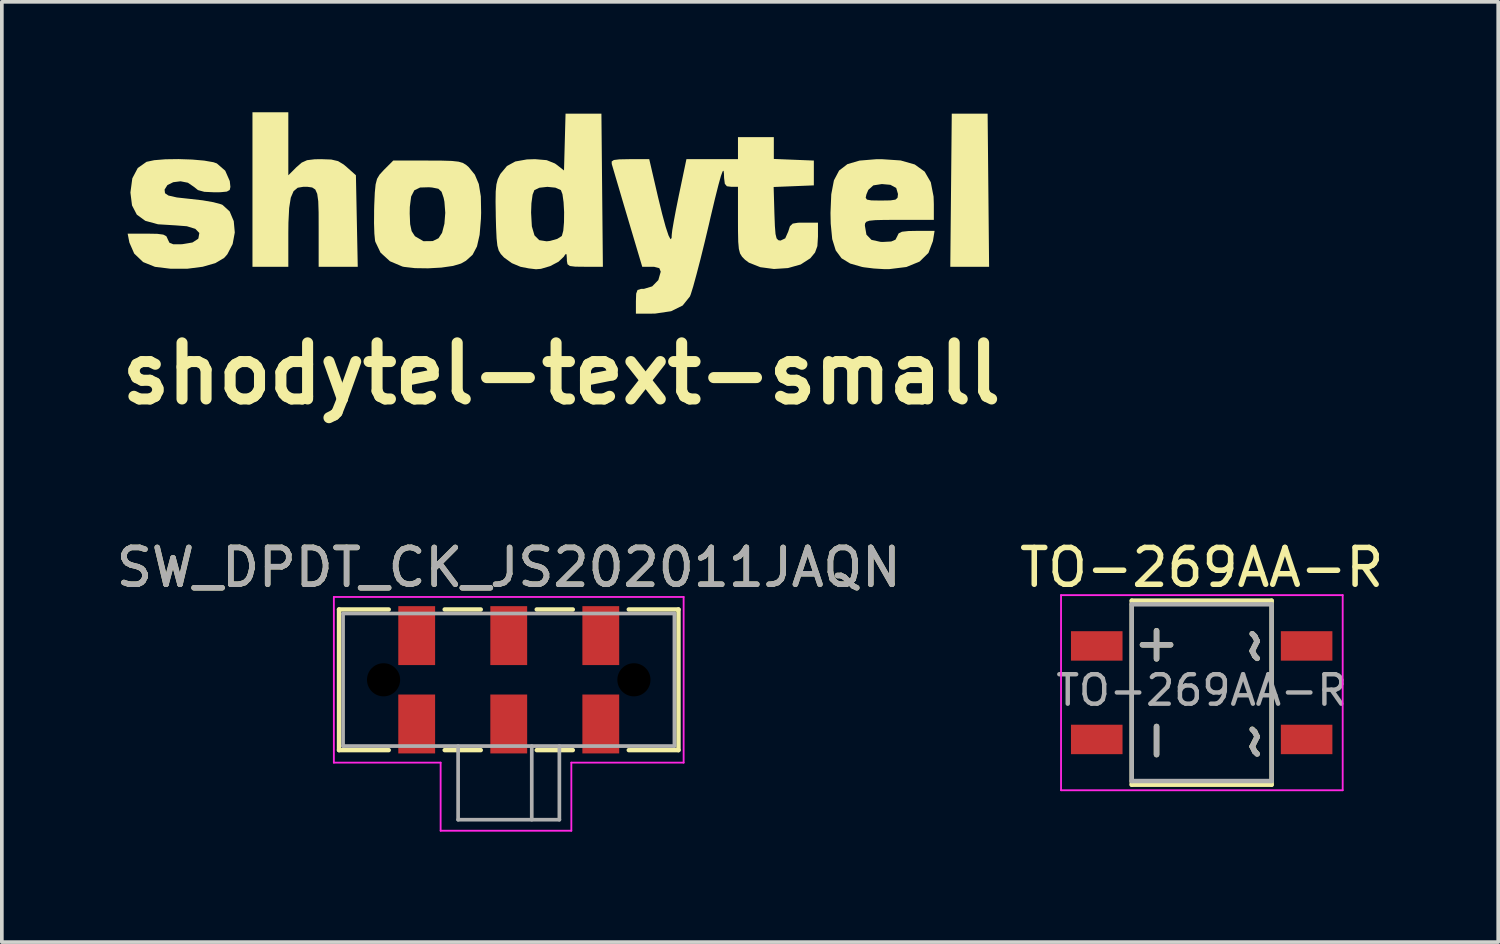
<source format=kicad_pcb>
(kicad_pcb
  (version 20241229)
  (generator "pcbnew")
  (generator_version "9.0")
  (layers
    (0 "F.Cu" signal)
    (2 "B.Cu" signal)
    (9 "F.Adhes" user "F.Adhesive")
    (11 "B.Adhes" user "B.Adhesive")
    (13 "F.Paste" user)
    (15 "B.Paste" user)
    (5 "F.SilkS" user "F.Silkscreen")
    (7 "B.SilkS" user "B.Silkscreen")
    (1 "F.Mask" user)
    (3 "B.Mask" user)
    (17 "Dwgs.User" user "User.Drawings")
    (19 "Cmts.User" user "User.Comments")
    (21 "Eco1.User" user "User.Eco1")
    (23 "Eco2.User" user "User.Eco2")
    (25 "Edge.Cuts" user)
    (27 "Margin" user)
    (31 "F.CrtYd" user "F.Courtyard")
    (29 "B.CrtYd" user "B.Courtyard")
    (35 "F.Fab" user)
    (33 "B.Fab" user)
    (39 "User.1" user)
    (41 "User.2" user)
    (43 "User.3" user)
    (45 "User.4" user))
  (footprint "shodytel-text-small"
    (layer "F.Cu")
    (at 12.199 2.697)
    (property "Reference" "shodytel-text-small" (at 0 4.4 0) (layer "F.SilkS") (effects (font (size 1.524 1.524) (thickness 0.3))))
    (attr board_only exclude_from_pos_files exclude_from_bom)
    (fp_poly (pts (xy 11.596 -0.581) (xy 11.616 1.499) (xy 10.562 1.499) (xy 10.582 -0.581) (xy 10.602 -2.66) (xy 11.576 -2.66)) (stroke (width 0) (type solid)) (fill yes) (layer "F.SilkS"))
    (fp_poly (pts (xy -7.418 -0.986) (xy -7.199 -1.205) (xy -7.055 -1.33) (xy -6.909 -1.396) (xy -6.704 -1.421) (xy -6.526 -1.424) (xy -6.252 -1.414) (xy -6.067 -1.371) (xy -5.913 -1.278) (xy -5.827 -1.205) (xy -5.582 -0.987) (xy -5.557 0.256) (xy -5.532 1.499) (xy -6.594 1.499) (xy -6.594 0.458) (xy -6.595 0.024) (xy -6.605 -0.281) (xy -6.633 -0.482) (xy -6.685 -0.599) (xy -6.77 -0.655) (xy -6.897 -0.673) (xy -7.007 -0.674) (xy -7.163 -0.648) (xy -7.275 -0.555) (xy -7.351 -0.378) (xy -7.395 -0.099) (xy -7.415 0.301) (xy -7.418 0.579) (xy -7.418 1.499) (xy -8.392 1.499) (xy -8.392 -2.697) (xy -7.418 -2.697)) (stroke (width 0) (type solid)) (fill yes) (layer "F.SilkS"))
    (fp_poly (pts (xy -3.248 -1.384) (xy -2.977 -1.376) (xy -2.795 -1.356) (xy -2.674 -1.32) (xy -2.582 -1.263) (xy -2.518 -1.207) (xy -2.352 -1.003) (xy -2.244 -0.748) (xy -2.189 -0.413) (xy -2.181 0.03) (xy -2.186 0.195) (xy -2.222 0.631) (xy -2.294 0.947) (xy -2.413 1.173) (xy -2.594 1.336) (xy -2.727 1.411) (xy -2.945 1.476) (xy -3.261 1.521) (xy -3.622 1.541) (xy -3.977 1.536) (xy -4.275 1.502) (xy -4.32 1.492) (xy -4.657 1.349) (xy -4.913 1.115) (xy -5.055 0.819) (xy -5.063 0.783) (xy -5.081 0.598) (xy -5.09 0.312) (xy -5.088 0.052) (xy -4.121 0.052) (xy -4.109 0.343) (xy -4.068 0.531) (xy -3.984 0.661) (xy -3.971 0.674) (xy -3.747 0.804) (xy -3.496 0.801) (xy -3.339 0.724) (xy -3.242 0.577) (xy -3.178 0.33) (xy -3.155 0.033) (xy -3.178 -0.267) (xy -3.2 -0.375) (xy -3.256 -0.539) (xy -3.342 -0.62) (xy -3.511 -0.654) (xy -3.598 -0.661) (xy -3.839 -0.654) (xy -3.995 -0.578) (xy -4.082 -0.409) (xy -4.118 -0.126) (xy -4.121 0.052) (xy -5.088 0.052) (xy -5.088 -0.025) (xy -5.084 -0.181) (xy -5.069 -0.516) (xy -5.047 -0.739) (xy -5.008 -0.889) (xy -4.94 -1.003) (xy -4.833 -1.12) (xy -4.813 -1.141) (xy -4.568 -1.386) (xy -3.639 -1.386)) (stroke (width 0) (type solid)) (fill yes) (layer "F.SilkS"))
    (fp_poly (pts (xy 9.214 -1.389) (xy 9.596 -1.28) (xy 9.865 -1.086) (xy 10.032 -0.798) (xy 10.108 -0.408) (xy 10.115 -0.206) (xy 10.115 0.225) (xy 9.178 0.225) (xy 8.79 0.226) (xy 8.527 0.232) (xy 8.365 0.248) (xy 8.28 0.277) (xy 8.247 0.323) (xy 8.242 0.38) (xy 8.284 0.626) (xy 8.421 0.768) (xy 8.671 0.823) (xy 8.739 0.824) (xy 8.959 0.812) (xy 9.073 0.763) (xy 9.119 0.674) (xy 9.159 0.592) (xy 9.25 0.547) (xy 9.426 0.528) (xy 9.647 0.524) (xy 10.135 0.524) (xy 10.09 0.801) (xy 9.969 1.122) (xy 9.728 1.358) (xy 9.37 1.505) (xy 8.9 1.563) (xy 8.766 1.563) (xy 8.487 1.546) (xy 8.218 1.513) (xy 8.167 1.504) (xy 7.843 1.411) (xy 7.608 1.268) (xy 7.45 1.054) (xy 7.355 0.747) (xy 7.314 0.327) (xy 7.308 0.037) (xy 7.325 -0.375) (xy 8.264 -0.375) (xy 8.299 -0.325) (xy 8.418 -0.304) (xy 8.653 -0.3) (xy 8.686 -0.3) (xy 8.937 -0.304) (xy 9.074 -0.325) (xy 9.13 -0.378) (xy 9.141 -0.476) (xy 9.141 -0.479) (xy 9.093 -0.641) (xy 8.936 -0.727) (xy 8.704 -0.748) (xy 8.472 -0.712) (xy 8.336 -0.59) (xy 8.284 -0.468) (xy 8.264 -0.375) (xy 7.325 -0.375) (xy 7.329 -0.47) (xy 7.401 -0.848) (xy 7.542 -1.115) (xy 7.768 -1.289) (xy 8.096 -1.385) (xy 8.541 -1.422) (xy 8.708 -1.423)) (stroke (width 0) (type solid)) (fill yes) (layer "F.SilkS"))
    (fp_poly (pts (xy 1.106 -0.581) (xy 1.126 1.499) (xy 0.638 1.499) (xy 0.376 1.496) (xy 0.23 1.478) (xy 0.165 1.431) (xy 0.148 1.339) (xy 0.148 1.292) (xy 0.139 1.158) (xy 0.107 1.159) (xy 0.065 1.225) (xy -0.078 1.361) (xy -0.306 1.481) (xy -0.556 1.555) (xy -0.691 1.566) (xy -0.885 1.543) (xy -1.114 1.499) (xy -1.115 1.498) (xy -1.346 1.401) (xy -1.558 1.248) (xy -1.564 1.242) (xy -1.647 1.152) (xy -1.704 1.056) (xy -1.74 0.924) (xy -1.761 0.726) (xy -1.775 0.432) (xy -1.783 0.13) (xy -1.784 0.028) (xy -0.824 0.028) (xy -0.803 0.402) (xy -0.732 0.646) (xy -0.602 0.776) (xy -0.402 0.807) (xy -0.307 0.796) (xy -0.115 0.742) (xy 0.006 0.666) (xy 0.012 0.658) (xy 0.05 0.52) (xy 0.07 0.289) (xy 0.073 0.014) (xy 0.058 -0.255) (xy 0.028 -0.472) (xy -0.015 -0.584) (xy -0.163 -0.65) (xy -0.381 -0.672) (xy -0.598 -0.648) (xy -0.734 -0.584) (xy -0.783 -0.46) (xy -0.815 -0.226) (xy -0.824 0.028) (xy -1.784 0.028) (xy -1.789 -0.267) (xy -1.785 -0.546) (xy -1.766 -0.74) (xy -1.729 -0.881) (xy -1.67 -1.002) (xy -1.651 -1.032) (xy -1.479 -1.238) (xy -1.253 -1.361) (xy -0.937 -1.417) (xy -0.717 -1.424) (xy -0.401 -1.397) (xy -0.177 -1.307) (xy -0.125 -1.27) (xy 0.07 -1.117) (xy 0.091 -1.889) (xy 0.112 -2.66) (xy 1.086 -2.66)) (stroke (width 0) (type solid)) (fill yes) (layer "F.SilkS"))
    (fp_poly (pts (xy -10.034 -1.414) (xy -9.704 -1.385) (xy -9.452 -1.341) (xy -9.359 -1.308) (xy -9.132 -1.111) (xy -9.008 -0.829) (xy -8.991 -0.669) (xy -9.01 -0.587) (xy -9.088 -0.543) (xy -9.261 -0.526) (xy -9.424 -0.524) (xy -9.7 -0.537) (xy -9.872 -0.584) (xy -9.985 -0.674) (xy -10.146 -0.784) (xy -10.345 -0.823) (xy -10.544 -0.798) (xy -10.702 -0.72) (xy -10.779 -0.597) (xy -10.767 -0.499) (xy -10.674 -0.436) (xy -10.445 -0.384) (xy -10.073 -0.343) (xy -10.071 -0.343) (xy -9.745 -0.306) (xy -9.453 -0.255) (xy -9.246 -0.199) (xy -9.205 -0.182) (xy -9.011 -0.004) (xy -8.9 0.259) (xy -8.872 0.568) (xy -8.93 0.881) (xy -9.074 1.16) (xy -9.162 1.259) (xy -9.4 1.4) (xy -9.745 1.499) (xy -10.16 1.552) (xy -10.609 1.553) (xy -11.039 1.501) (xy -11.362 1.371) (xy -11.604 1.14) (xy -11.734 0.843) (xy -11.782 0.599) (xy -11.257 0.599) (xy -10.978 0.604) (xy -10.814 0.625) (xy -10.73 0.67) (xy -10.692 0.751) (xy -10.692 0.754) (xy -10.646 0.847) (xy -10.545 0.887) (xy -10.347 0.888) (xy -10.297 0.885) (xy -10.021 0.839) (xy -9.871 0.742) (xy -9.86 0.726) (xy -9.835 0.581) (xy -9.944 0.469) (xy -10.174 0.398) (xy -10.485 0.374) (xy -10.957 0.345) (xy -11.302 0.251) (xy -11.533 0.083) (xy -11.663 -0.168) (xy -11.706 -0.511) (xy -11.706 -0.524) (xy -11.655 -0.904) (xy -11.507 -1.184) (xy -11.269 -1.352) (xy -11.268 -1.352) (xy -11.061 -1.396) (xy -10.757 -1.421) (xy -10.4 -1.426)) (stroke (width 0) (type solid)) (fill yes) (layer "F.SilkS"))
    (fp_poly (pts (xy 5.769 -1.43) (xy 6.856 -1.386) (xy 6.856 -0.712) (xy 5.764 -0.668) (xy 5.785 0.06) (xy 5.798 0.395) (xy 5.815 0.609) (xy 5.844 0.727) (xy 5.891 0.777) (xy 5.952 0.787) (xy 6.079 0.727) (xy 6.16 0.543) (xy 6.207 0.398) (xy 6.282 0.326) (xy 6.429 0.302) (xy 6.596 0.3) (xy 6.968 0.3) (xy 6.968 0.68) (xy 6.952 0.937) (xy 6.888 1.113) (xy 6.76 1.268) (xy 6.498 1.437) (xy 6.153 1.534) (xy 5.772 1.559) (xy 5.402 1.51) (xy 5.092 1.387) (xy 4.985 1.307) (xy 4.905 1.225) (xy 4.851 1.137) (xy 4.819 1.012) (xy 4.802 0.821) (xy 4.796 0.532) (xy 4.795 0.228) (xy 4.795 -0.674) (xy 4.608 -0.674) (xy 4.494 -0.688) (xy 4.438 -0.754) (xy 4.418 -0.913) (xy 4.414 -1.03) (xy 4.404 -1.111) (xy 4.378 -1.092) (xy 4.331 -0.964) (xy 4.263 -0.718) (xy 4.169 -0.345) (xy 4.048 0.163) (xy 4.009 0.334) (xy 3.889 0.837) (xy 3.774 1.303) (xy 3.668 1.709) (xy 3.58 2.031) (xy 3.514 2.244) (xy 3.49 2.305) (xy 3.293 2.551) (xy 2.979 2.706) (xy 2.547 2.77) (xy 2.438 2.772) (xy 2.023 2.772) (xy 2.023 2.435) (xy 2.03 2.228) (xy 2.067 2.13) (xy 2.162 2.1) (xy 2.244 2.098) (xy 2.465 2.031) (xy 2.632 1.86) (xy 2.697 1.633) (xy 2.697 1.632) (xy 2.658 1.536) (xy 2.518 1.5) (xy 2.446 1.499) (xy 2.195 1.499) (xy 1.799 0.169) (xy 1.671 -0.262) (xy 1.557 -0.649) (xy 1.463 -0.967) (xy 1.397 -1.191) (xy 1.367 -1.292) (xy 1.365 -1.361) (xy 1.424 -1.401) (xy 1.573 -1.419) (xy 1.842 -1.424) (xy 1.858 -1.424) (xy 2.385 -1.424) (xy 2.624 -0.393) (xy 2.737 0.068) (xy 2.832 0.417) (xy 2.909 0.648) (xy 2.963 0.751) (xy 2.992 0.719) (xy 2.996 0.633) (xy 3.01 0.507) (xy 3.051 0.267) (xy 3.111 -0.053) (xy 3.185 -0.421) (xy 3.195 -0.468) (xy 3.395 -1.424) (xy 4.795 -1.424) (xy 4.795 -2.023) (xy 5.769 -2.023)) (stroke (width 0) (type solid)) (fill yes) (layer "F.SilkS")))
  (footprint "SW_DPDT_CK_JS202011JAQN"
    (layer "F.Cu")
    (at 10.768 15.414)
    (property "Reference" "SW_DPDT_CK_JS202011JAQN" (at 0 -3.05 0) (layer "F.SilkS") (effects (font (size 1 1) (thickness 0.15))))
    (attr smd)
    (fp_line (start -4.61 -1.91) (end -4.61 1.91) (stroke (width 0.12) (type solid)) (layer "F.SilkS"))
    (fp_line (start -4.61 1.91) (end -3.26 1.91) (stroke (width 0.12) (type solid)) (layer "F.SilkS"))
    (fp_line (start -3.26 -1.91) (end -4.61 -1.91) (stroke (width 0.12) (type solid)) (layer "F.SilkS"))
    (fp_line (start -0.76 -1.91) (end -1.74 -1.91) (stroke (width 0.12) (type solid)) (layer "F.SilkS"))
    (fp_line (start -0.76 1.91) (end -1.74 1.91) (stroke (width 0.12) (type solid)) (layer "F.SilkS"))
    (fp_line (start 1.74 -1.91) (end 0.76 -1.91) (stroke (width 0.12) (type solid)) (layer "F.SilkS"))
    (fp_line (start 1.74 1.91) (end 0.76 1.91) (stroke (width 0.12) (type solid)) (layer "F.SilkS"))
    (fp_line (start 4.61 -1.91) (end 3.26 -1.91) (stroke (width 0.12) (type solid)) (layer "F.SilkS"))
    (fp_line (start 4.61 -1.91) (end 4.61 1.91) (stroke (width 0.12) (type solid)) (layer "F.SilkS"))
    (fp_line (start 4.61 1.91) (end 3.26 1.91) (stroke (width 0.12) (type solid)) (layer "F.SilkS"))
    (fp_line (start -4.75 -2.25) (end -4.75 2.25) (stroke (width 0.05) (type solid)) (layer "F.CrtYd"))
    (fp_line (start -4.75 -2.25) (end 4.75 -2.25) (stroke (width 0.05) (type solid)) (layer "F.CrtYd"))
    (fp_line (start -1.85 2.25) (end -4.75 2.25) (stroke (width 0.05) (type solid)) (layer "F.CrtYd"))
    (fp_line (start -1.85 2.25) (end -1.85 4.1) (stroke (width 0.05) (type solid)) (layer "F.CrtYd"))
    (fp_line (start -1.85 4.1) (end 1.7 4.1) (stroke (width 0.05) (type solid)) (layer "F.CrtYd"))
    (fp_line (start 1.7 4.1) (end 1.7 2.25) (stroke (width 0.05) (type solid)) (layer "F.CrtYd"))
    (fp_line (start 4.75 -2.25) (end 4.75 2.25) (stroke (width 0.05) (type solid)) (layer "F.CrtYd"))
    (fp_line (start 4.75 2.25) (end 1.7 2.25) (stroke (width 0.05) (type solid)) (layer "F.CrtYd"))
    (fp_line (start -4.5 -1.8) (end 4.5 -1.8) (stroke (width 0.1) (type solid)) (layer "F.Fab"))
    (fp_line (start -4.5 1.8) (end -4.5 -1.8) (stroke (width 0.1) (type solid)) (layer "F.Fab"))
    (fp_line (start -1.375 1.8) (end -1.375 3.8) (stroke (width 0.1) (type solid)) (layer "F.Fab"))
    (fp_line (start 0.625 1.8) (end 0.625 3.8) (stroke (width 0.1) (type solid)) (layer "F.Fab"))
    (fp_line (start 1.375 1.8) (end 1.375 3.8) (stroke (width 0.1) (type solid)) (layer "F.Fab"))
    (fp_line (start 1.375 3.8) (end -1.375 3.8) (stroke (width 0.1) (type solid)) (layer "F.Fab"))
    (fp_line (start 4.5 -1.8) (end 4.5 1.8) (stroke (width 0.1) (type solid)) (layer "F.Fab"))
    (fp_line (start 4.5 1.8) (end -4.5 1.8) (stroke (width 0.1) (type solid)) (layer "F.Fab"))
    (fp_text user "${REFERENCE}" (at 0 -3.05 0) (layer "F.Fab") (effects (font (size 1 1) (thickness 0.15))))
    (pad "" np_thru_hole circle (at -3.4 0) (size 0.9 0.9) (drill 0.9) (layers "*.Mask"))
    (pad "" np_thru_hole circle (at 3.4 0) (size 0.9 0.9) (drill 0.9) (layers "*.Mask"))
    (pad "1" smd rect (at -2.5 -1.2) (size 1 1.6) (layers "F.Cu" "F.Mask" "F.Paste"))
    (pad "2" smd rect (at 0 -1.2) (size 1 1.6) (layers "F.Cu" "F.Mask" "F.Paste"))
    (pad "3" smd rect (at 2.5 -1.2) (size 1 1.6) (layers "F.Cu" "F.Mask" "F.Paste"))
    (pad "4" smd rect (at -2.5 1.2) (size 1 1.6) (layers "F.Cu" "F.Mask" "F.Paste"))
    (pad "5" smd rect (at 0 1.2) (size 1 1.6) (layers "F.Cu" "F.Mask" "F.Paste"))
    (pad "6" smd rect (at 2.5 1.2) (size 1 1.6) (layers "F.Cu" "F.Mask" "F.Paste")))
  (footprint "TO-269AA-R"
    (layer "F.Cu")
    (at 29.589 15.764)
    (property "Reference" "TO-269AA-R" (at 0 -3.4 0) (layer "F.SilkS") (effects (font (size 1 1) (thickness 0.15))))
    (attr smd)
    (fp_line (start -1.9 -2.5) (end -1.9 2.5) (stroke (width 0.12) (type solid)) (layer "F.SilkS"))
    (fp_line (start 1.9 -2.5) (end -1.9 -2.5) (stroke (width 0.12) (type solid)) (layer "F.SilkS"))
    (fp_line (start 1.9 -2.5) (end 1.9 2.5) (stroke (width 0.12) (type solid)) (layer "F.SilkS"))
    (fp_line (start 1.9 2.5) (end -1.9 2.5) (stroke (width 0.12) (type solid)) (layer "F.SilkS"))
    (fp_line (start -3.82 -2.65) (end -3.82 2.65) (stroke (width 0.05) (type solid)) (layer "F.CrtYd"))
    (fp_line (start -3.82 -2.65) (end 3.83 -2.65) (stroke (width 0.05) (type solid)) (layer "F.CrtYd"))
    (fp_line (start 3.83 2.65) (end -3.82 2.65) (stroke (width 0.05) (type solid)) (layer "F.CrtYd"))
    (fp_line (start 3.83 2.65) (end 3.83 -2.65) (stroke (width 0.05) (type solid)) (layer "F.CrtYd"))
    (fp_line (start -1.9 -2.4) (end 1.9 -2.4) (stroke (width 0.12) (type solid)) (layer "F.Fab"))
    (fp_line (start -1.9 2.4) (end -1.9 -2.4) (stroke (width 0.12) (type solid)) (layer "F.Fab"))
    (fp_line (start 1.9 -2.4) (end 1.9 2.4) (stroke (width 0.12) (type solid)) (layer "F.Fab"))
    (fp_line (start 1.9 2.4) (end -1.9 2.4) (stroke (width 0.12) (type solid)) (layer "F.Fab"))
    (fp_text user "-" (at -1.3 1.3 90) (unlocked yes) (layer "F.SilkS") (effects (font (size 1 1) (thickness 0.15))))
    (fp_text user "~" (at 1.4 -1.3 90) (unlocked yes) (layer "F.SilkS") (effects (font (size 1.4 1.4) (thickness 0.15))))
    (fp_text user "~" (at 1.4 1.294 90) (unlocked yes) (layer "F.SilkS") (effects (font (size 1.4 1.4) (thickness 0.15))))
    (fp_text user "+" (at -1.3 -1.302 90) (unlocked yes) (layer "F.SilkS") (effects (font (size 1 1) (thickness 0.15))))
    (fp_text user "~" (at 1.4 -1.3 90) (unlocked yes) (layer "F.Fab") (effects (font (size 1.4 1.4) (thickness 0.15))))
    (fp_text user "+" (at -1.3 -1.3 90) (unlocked yes) (layer "F.Fab") (effects (font (size 1 1) (thickness 0.15))))
    (fp_text user "${REFERENCE}" (at 0 -0.065 0) (layer "F.Fab") (effects (font (size 0.8 0.8) (thickness 0.12))))
    (fp_text user "-" (at -1.3 1.3 90) (unlocked yes) (layer "F.Fab") (effects (font (size 1 1) (thickness 0.15))))
    (fp_text user "~" (at 1.4 1.3 90) (unlocked yes) (layer "F.Fab") (effects (font (size 1.4 1.4) (thickness 0.15))))
    (pad "1" smd rect (at -2.85 -1.27) (size 1.4 0.8) (layers "F.Cu" "F.Mask" "F.Paste"))
    (pad "2" smd rect (at -2.85 1.27) (size 1.4 0.8) (layers "F.Cu" "F.Mask" "F.Paste"))
    (pad "3" smd rect (at 2.85 1.27) (size 1.4 0.8) (layers "F.Cu" "F.Mask" "F.Paste"))
    (pad "4" smd rect (at 2.85 -1.27) (size 1.4 0.8) (layers "F.Cu" "F.Mask" "F.Paste")))
  (gr_rect
    (start -3 -3)
    (end 37.643 22.539)
    (stroke (width 0.1) (type default))
    (fill no)
    (layer "Edge.Cuts")))
</source>
